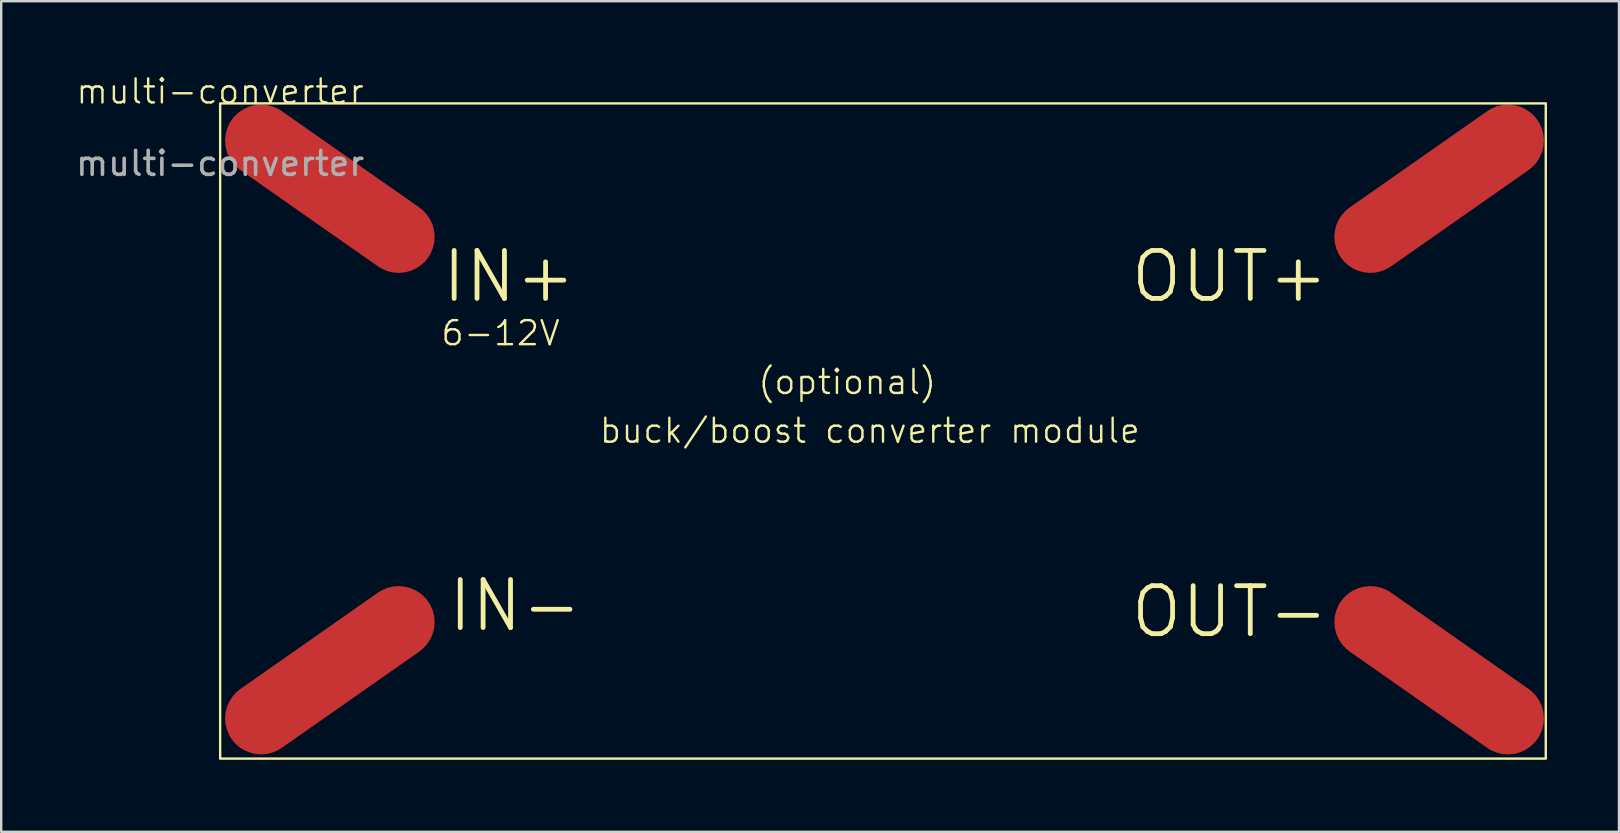
<source format=kicad_pcb>
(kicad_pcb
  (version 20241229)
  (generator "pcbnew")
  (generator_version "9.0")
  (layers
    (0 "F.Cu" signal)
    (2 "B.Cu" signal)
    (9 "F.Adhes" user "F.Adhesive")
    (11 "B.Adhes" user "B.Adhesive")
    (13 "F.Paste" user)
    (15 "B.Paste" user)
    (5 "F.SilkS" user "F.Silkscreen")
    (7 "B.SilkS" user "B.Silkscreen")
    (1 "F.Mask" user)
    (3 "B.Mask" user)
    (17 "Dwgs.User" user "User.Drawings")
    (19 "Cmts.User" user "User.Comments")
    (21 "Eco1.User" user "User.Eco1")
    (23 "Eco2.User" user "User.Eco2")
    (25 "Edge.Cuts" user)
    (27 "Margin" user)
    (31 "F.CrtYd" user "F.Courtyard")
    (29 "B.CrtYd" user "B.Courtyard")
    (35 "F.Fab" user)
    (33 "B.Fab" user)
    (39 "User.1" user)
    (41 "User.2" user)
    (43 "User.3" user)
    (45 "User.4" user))
  (footprint "multi-converter"
    (layer "F.Cu")
    (at 6.125 1.26)
    (property "Reference" "multi-converter" (at 0 -0.5 0) (unlocked yes) (layer "F.SilkS") (effects (font (size 1 1) (thickness 0.1))))
    (attr smd)
    (fp_rect (start 0 0) (end 55.245 27.305) (stroke (width 0.1) (type default)) (fill no) (layer "F.SilkS"))
    (fp_text user "OUT+" (at 37.846 8.382 0) (unlocked yes) (layer "F.SilkS") (effects (font (size 2 2) (thickness 0.2)) (justify left bottom)))
    (fp_text user "IN-" (at 9.398 22.098 0) (unlocked yes) (layer "F.SilkS") (effects (font (size 2 2) (thickness 0.2)) (justify left bottom)))
    (fp_text user "6-12V" (at 9.144 10.16 0) (unlocked yes) (layer "F.SilkS") (effects (font (size 1 1) (thickness 0.1)) (justify left bottom)))
    (fp_text user "IN+" (at 9.144 8.382 0) (unlocked yes) (layer "F.SilkS") (effects (font (size 2 2) (thickness 0.2)) (justify left bottom)))
    (fp_text user "(optional)" (at 22.352 12.192 0) (unlocked yes) (layer "F.SilkS") (effects (font (size 1 1) (thickness 0.1)) (justify left bottom)))
    (fp_text user "OUT-" (at 37.846 22.352 0) (unlocked yes) (layer "F.SilkS") (effects (font (size 2 2) (thickness 0.2)) (justify left bottom)))
    (fp_text user "buck/boost converter module" (at 15.748 14.224 0) (unlocked yes) (layer "F.SilkS") (effects (font (size 1 1) (thickness 0.1)) (justify left bottom)))
    (fp_text user "${REFERENCE}" (at 0 2.5 0) (unlocked yes) (layer "F.Fab") (effects (font (size 1 1) (thickness 0.15))))
    (pad "1" smd roundrect (at 4.572 3.556 325) (size 10 3) (layers "F.Cu" "F.Mask" "F.Paste") (roundrect_rratio 0.5))
    (pad "2" smd roundrect (at 4.572 23.622 35) (size 10 3) (layers "F.Cu" "F.Mask" "F.Paste") (roundrect_rratio 0.5))
    (pad "3" smd roundrect (at 50.8 3.556 35) (size 10 3) (layers "F.Cu" "F.Mask" "F.Paste") (roundrect_rratio 0.5))
    (pad "4" smd roundrect (at 50.8 23.622 325) (size 10 3) (layers "F.Cu" "F.Mask" "F.Paste") (roundrect_rratio 0.5)))
  (gr_rect
    (start -3 -3)
    (end 64.42 31.616)
    (stroke (width 0.1) (type default))
    (fill no)
    (layer "Edge.Cuts")))
</source>
